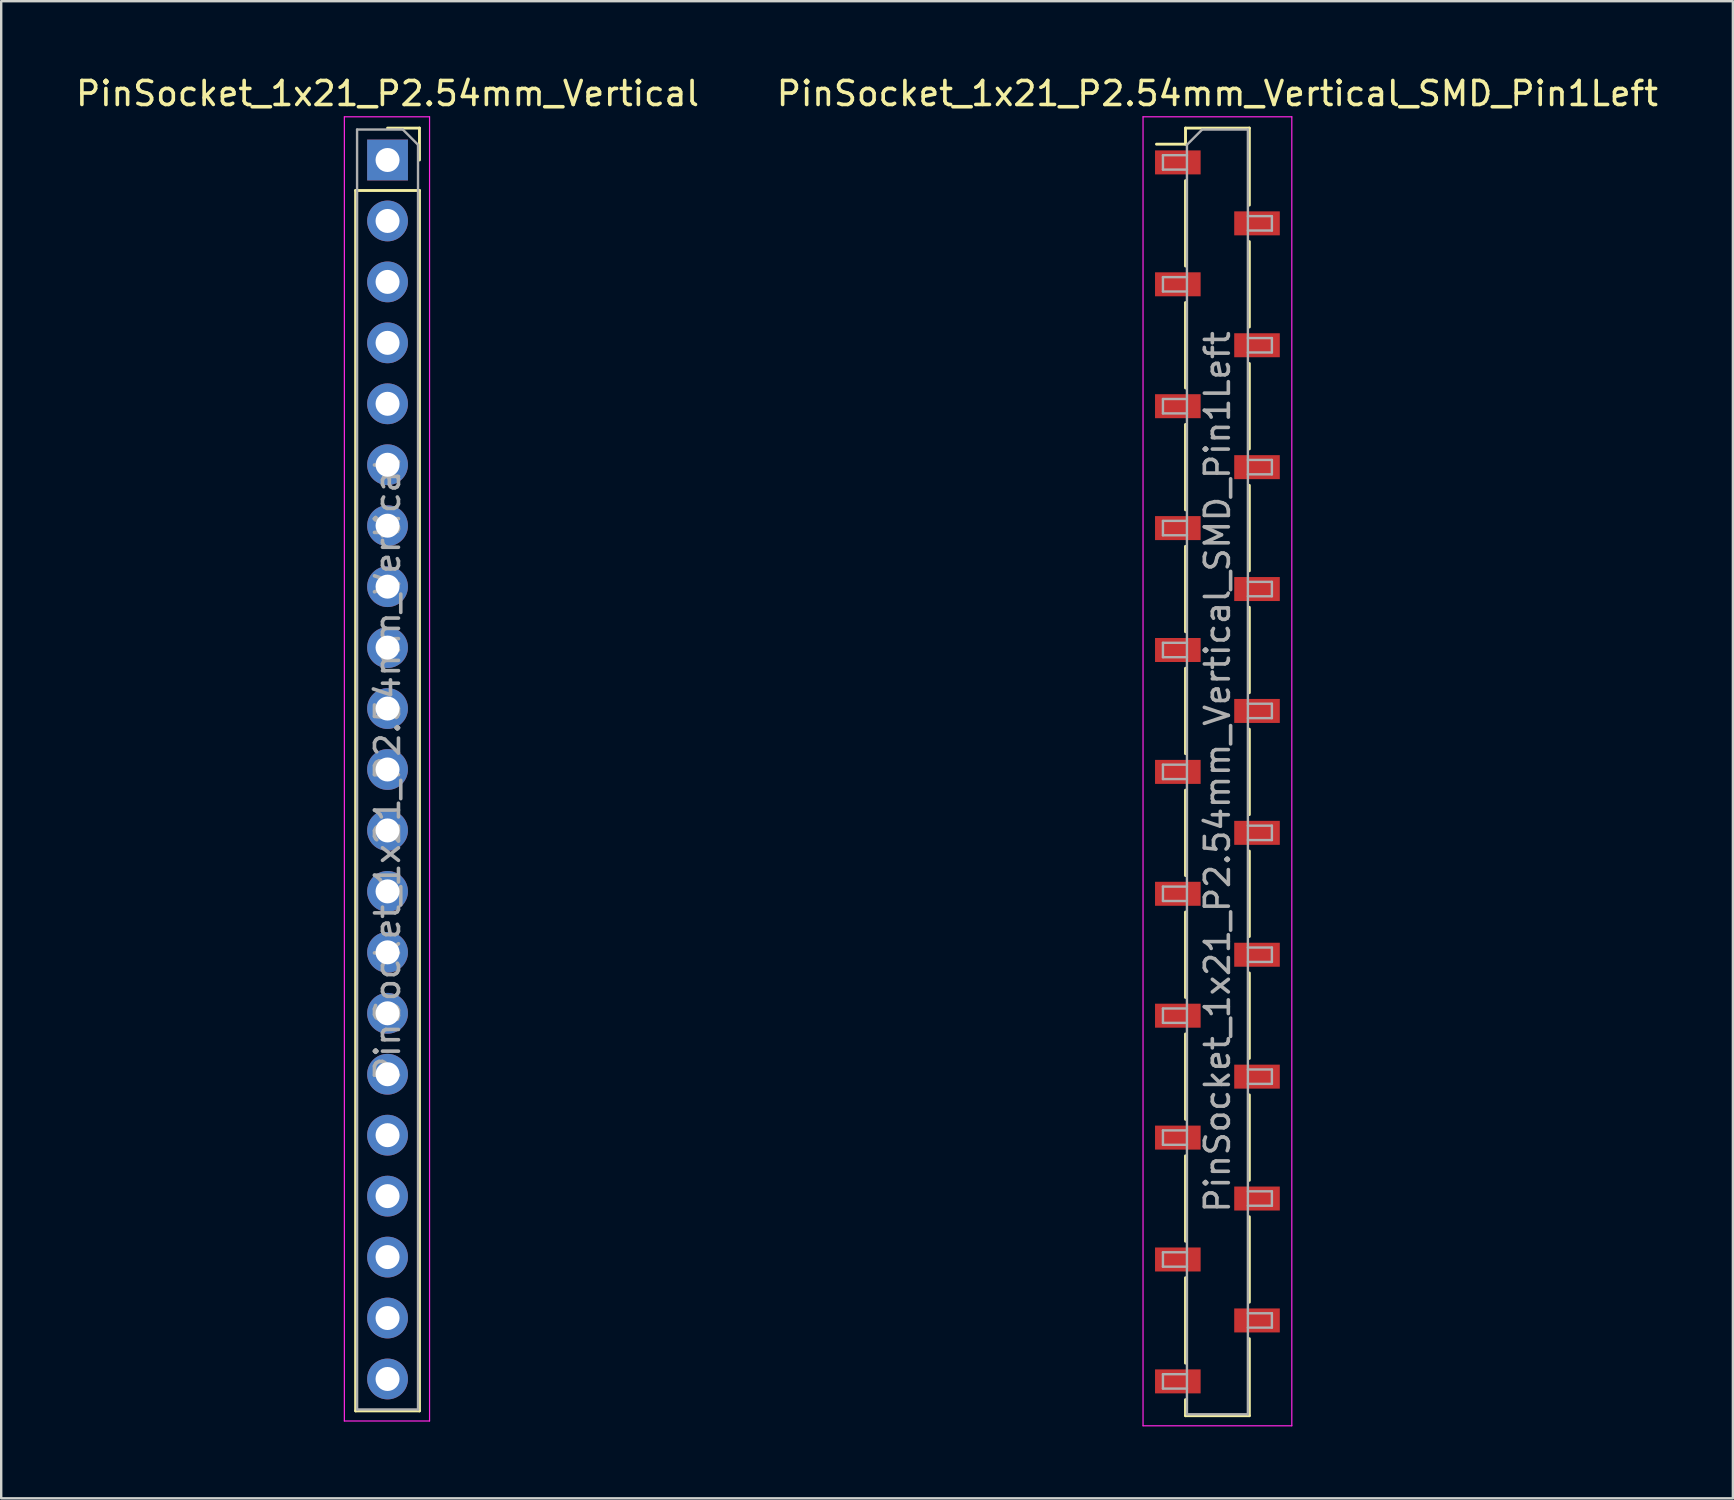
<source format=kicad_pcb>
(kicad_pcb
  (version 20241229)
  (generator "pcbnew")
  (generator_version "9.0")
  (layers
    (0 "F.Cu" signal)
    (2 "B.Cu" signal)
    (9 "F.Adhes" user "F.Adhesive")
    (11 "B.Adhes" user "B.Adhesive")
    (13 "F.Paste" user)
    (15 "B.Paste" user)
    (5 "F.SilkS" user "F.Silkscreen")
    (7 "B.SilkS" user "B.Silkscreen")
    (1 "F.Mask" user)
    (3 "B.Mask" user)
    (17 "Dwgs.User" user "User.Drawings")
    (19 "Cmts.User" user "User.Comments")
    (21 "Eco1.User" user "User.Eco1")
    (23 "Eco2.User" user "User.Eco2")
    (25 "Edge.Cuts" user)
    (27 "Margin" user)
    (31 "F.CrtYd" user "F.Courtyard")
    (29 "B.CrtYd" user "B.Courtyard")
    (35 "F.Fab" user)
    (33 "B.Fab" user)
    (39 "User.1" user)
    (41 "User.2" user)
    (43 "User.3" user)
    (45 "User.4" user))
  (footprint "PinSocket_1x21_P2.54mm_Vertical_SMD_Pin1Left"
    (layer "F.Cu")
    (at 47.685 29.118)
    (property "Reference" "PinSocket_1x21_P2.54mm_Vertical_SMD_Pin1Left" (at 0 -28.27 0) (layer "F.SilkS") (effects (font (size 1 1) (thickness 0.15))))
    (attr smd)
    (fp_line (start -2.54 -26.16) (end -1.33 -26.16) (stroke (width 0.12) (type solid)) (layer "F.SilkS"))
    (fp_line (start -1.33 -26.83) (end -1.33 -26.16) (stroke (width 0.12) (type solid)) (layer "F.SilkS"))
    (fp_line (start -1.33 -26.83) (end 1.33 -26.83) (stroke (width 0.12) (type solid)) (layer "F.SilkS"))
    (fp_line (start -1.33 -24.64) (end -1.33 -21.08) (stroke (width 0.12) (type solid)) (layer "F.SilkS"))
    (fp_line (start -1.33 -19.56) (end -1.33 -16) (stroke (width 0.12) (type solid)) (layer "F.SilkS"))
    (fp_line (start -1.33 -14.48) (end -1.33 -10.92) (stroke (width 0.12) (type solid)) (layer "F.SilkS"))
    (fp_line (start -1.33 -9.4) (end -1.33 -5.84) (stroke (width 0.12) (type solid)) (layer "F.SilkS"))
    (fp_line (start -1.33 -4.32) (end -1.33 -0.76) (stroke (width 0.12) (type solid)) (layer "F.SilkS"))
    (fp_line (start -1.33 0.76) (end -1.33 4.32) (stroke (width 0.12) (type solid)) (layer "F.SilkS"))
    (fp_line (start -1.33 5.84) (end -1.33 9.4) (stroke (width 0.12) (type solid)) (layer "F.SilkS"))
    (fp_line (start -1.33 10.92) (end -1.33 14.48) (stroke (width 0.12) (type solid)) (layer "F.SilkS"))
    (fp_line (start -1.33 16) (end -1.33 19.56) (stroke (width 0.12) (type solid)) (layer "F.SilkS"))
    (fp_line (start -1.33 21.08) (end -1.33 24.64) (stroke (width 0.12) (type solid)) (layer "F.SilkS"))
    (fp_line (start -1.33 26.16) (end -1.33 26.83) (stroke (width 0.12) (type solid)) (layer "F.SilkS"))
    (fp_line (start -1.33 26.83) (end 1.33 26.83) (stroke (width 0.12) (type solid)) (layer "F.SilkS"))
    (fp_line (start 1.33 -26.83) (end 1.33 -23.62) (stroke (width 0.12) (type solid)) (layer "F.SilkS"))
    (fp_line (start 1.33 -22.1) (end 1.33 -18.54) (stroke (width 0.12) (type solid)) (layer "F.SilkS"))
    (fp_line (start 1.33 -17.02) (end 1.33 -13.46) (stroke (width 0.12) (type solid)) (layer "F.SilkS"))
    (fp_line (start 1.33 -11.94) (end 1.33 -8.38) (stroke (width 0.12) (type solid)) (layer "F.SilkS"))
    (fp_line (start 1.33 -6.86) (end 1.33 -3.3) (stroke (width 0.12) (type solid)) (layer "F.SilkS"))
    (fp_line (start 1.33 -1.78) (end 1.33 1.78) (stroke (width 0.12) (type solid)) (layer "F.SilkS"))
    (fp_line (start 1.33 3.3) (end 1.33 6.86) (stroke (width 0.12) (type solid)) (layer "F.SilkS"))
    (fp_line (start 1.33 8.38) (end 1.33 11.94) (stroke (width 0.12) (type solid)) (layer "F.SilkS"))
    (fp_line (start 1.33 13.46) (end 1.33 17.02) (stroke (width 0.12) (type solid)) (layer "F.SilkS"))
    (fp_line (start 1.33 18.54) (end 1.33 22.1) (stroke (width 0.12) (type solid)) (layer "F.SilkS"))
    (fp_line (start 1.33 23.62) (end 1.33 26.83) (stroke (width 0.12) (type solid)) (layer "F.SilkS"))
    (fp_line (start -3.1 -27.3) (end 3.1 -27.3) (stroke (width 0.05) (type solid)) (layer "F.CrtYd"))
    (fp_line (start -3.1 27.25) (end -3.1 -27.3) (stroke (width 0.05) (type solid)) (layer "F.CrtYd"))
    (fp_line (start 3.1 -27.3) (end 3.1 27.25) (stroke (width 0.05) (type solid)) (layer "F.CrtYd"))
    (fp_line (start 3.1 27.25) (end -3.1 27.25) (stroke (width 0.05) (type solid)) (layer "F.CrtYd"))
    (fp_line (start -2.27 -25.7) (end -1.27 -25.7) (stroke (width 0.1) (type solid)) (layer "F.Fab"))
    (fp_line (start -2.27 -25.1) (end -2.27 -25.7) (stroke (width 0.1) (type solid)) (layer "F.Fab"))
    (fp_line (start -2.27 -20.62) (end -1.27 -20.62) (stroke (width 0.1) (type solid)) (layer "F.Fab"))
    (fp_line (start -2.27 -20.02) (end -2.27 -20.62) (stroke (width 0.1) (type solid)) (layer "F.Fab"))
    (fp_line (start -2.27 -15.54) (end -1.27 -15.54) (stroke (width 0.1) (type solid)) (layer "F.Fab"))
    (fp_line (start -2.27 -14.94) (end -2.27 -15.54) (stroke (width 0.1) (type solid)) (layer "F.Fab"))
    (fp_line (start -2.27 -10.46) (end -1.27 -10.46) (stroke (width 0.1) (type solid)) (layer "F.Fab"))
    (fp_line (start -2.27 -9.86) (end -2.27 -10.46) (stroke (width 0.1) (type solid)) (layer "F.Fab"))
    (fp_line (start -2.27 -5.38) (end -1.27 -5.38) (stroke (width 0.1) (type solid)) (layer "F.Fab"))
    (fp_line (start -2.27 -4.78) (end -2.27 -5.38) (stroke (width 0.1) (type solid)) (layer "F.Fab"))
    (fp_line (start -2.27 -0.3) (end -1.27 -0.3) (stroke (width 0.1) (type solid)) (layer "F.Fab"))
    (fp_line (start -2.27 0.3) (end -2.27 -0.3) (stroke (width 0.1) (type solid)) (layer "F.Fab"))
    (fp_line (start -2.27 4.78) (end -1.27 4.78) (stroke (width 0.1) (type solid)) (layer "F.Fab"))
    (fp_line (start -2.27 5.38) (end -2.27 4.78) (stroke (width 0.1) (type solid)) (layer "F.Fab"))
    (fp_line (start -2.27 9.86) (end -1.27 9.86) (stroke (width 0.1) (type solid)) (layer "F.Fab"))
    (fp_line (start -2.27 10.46) (end -2.27 9.86) (stroke (width 0.1) (type solid)) (layer "F.Fab"))
    (fp_line (start -2.27 14.94) (end -1.27 14.94) (stroke (width 0.1) (type solid)) (layer "F.Fab"))
    (fp_line (start -2.27 15.54) (end -2.27 14.94) (stroke (width 0.1) (type solid)) (layer "F.Fab"))
    (fp_line (start -2.27 20.02) (end -1.27 20.02) (stroke (width 0.1) (type solid)) (layer "F.Fab"))
    (fp_line (start -2.27 20.62) (end -2.27 20.02) (stroke (width 0.1) (type solid)) (layer "F.Fab"))
    (fp_line (start -2.27 25.1) (end -1.27 25.1) (stroke (width 0.1) (type solid)) (layer "F.Fab"))
    (fp_line (start -2.27 25.7) (end -2.27 25.1) (stroke (width 0.1) (type solid)) (layer "F.Fab"))
    (fp_line (start -1.27 -26.135) (end -0.635 -26.77) (stroke (width 0.1) (type solid)) (layer "F.Fab"))
    (fp_line (start -1.27 -25.1) (end -2.27 -25.1) (stroke (width 0.1) (type solid)) (layer "F.Fab"))
    (fp_line (start -1.27 -20.02) (end -2.27 -20.02) (stroke (width 0.1) (type solid)) (layer "F.Fab"))
    (fp_line (start -1.27 -14.94) (end -2.27 -14.94) (stroke (width 0.1) (type solid)) (layer "F.Fab"))
    (fp_line (start -1.27 -9.86) (end -2.27 -9.86) (stroke (width 0.1) (type solid)) (layer "F.Fab"))
    (fp_line (start -1.27 -4.78) (end -2.27 -4.78) (stroke (width 0.1) (type solid)) (layer "F.Fab"))
    (fp_line (start -1.27 0.3) (end -2.27 0.3) (stroke (width 0.1) (type solid)) (layer "F.Fab"))
    (fp_line (start -1.27 5.38) (end -2.27 5.38) (stroke (width 0.1) (type solid)) (layer "F.Fab"))
    (fp_line (start -1.27 10.46) (end -2.27 10.46) (stroke (width 0.1) (type solid)) (layer "F.Fab"))
    (fp_line (start -1.27 15.54) (end -2.27 15.54) (stroke (width 0.1) (type solid)) (layer "F.Fab"))
    (fp_line (start -1.27 20.62) (end -2.27 20.62) (stroke (width 0.1) (type solid)) (layer "F.Fab"))
    (fp_line (start -1.27 25.7) (end -2.27 25.7) (stroke (width 0.1) (type solid)) (layer "F.Fab"))
    (fp_line (start -1.27 26.77) (end -1.27 -26.135) (stroke (width 0.1) (type solid)) (layer "F.Fab"))
    (fp_line (start -0.635 -26.77) (end 1.27 -26.77) (stroke (width 0.1) (type solid)) (layer "F.Fab"))
    (fp_line (start 1.27 -26.77) (end 1.27 26.77) (stroke (width 0.1) (type solid)) (layer "F.Fab"))
    (fp_line (start 1.27 -23.16) (end 2.27 -23.16) (stroke (width 0.1) (type solid)) (layer "F.Fab"))
    (fp_line (start 1.27 -18.08) (end 2.27 -18.08) (stroke (width 0.1) (type solid)) (layer "F.Fab"))
    (fp_line (start 1.27 -13) (end 2.27 -13) (stroke (width 0.1) (type solid)) (layer "F.Fab"))
    (fp_line (start 1.27 -7.92) (end 2.27 -7.92) (stroke (width 0.1) (type solid)) (layer "F.Fab"))
    (fp_line (start 1.27 -2.84) (end 2.27 -2.84) (stroke (width 0.1) (type solid)) (layer "F.Fab"))
    (fp_line (start 1.27 2.24) (end 2.27 2.24) (stroke (width 0.1) (type solid)) (layer "F.Fab"))
    (fp_line (start 1.27 7.32) (end 2.27 7.32) (stroke (width 0.1) (type solid)) (layer "F.Fab"))
    (fp_line (start 1.27 12.4) (end 2.27 12.4) (stroke (width 0.1) (type solid)) (layer "F.Fab"))
    (fp_line (start 1.27 17.48) (end 2.27 17.48) (stroke (width 0.1) (type solid)) (layer "F.Fab"))
    (fp_line (start 1.27 22.56) (end 2.27 22.56) (stroke (width 0.1) (type solid)) (layer "F.Fab"))
    (fp_line (start 1.27 26.77) (end -1.27 26.77) (stroke (width 0.1) (type solid)) (layer "F.Fab"))
    (fp_line (start 2.27 -23.16) (end 2.27 -22.56) (stroke (width 0.1) (type solid)) (layer "F.Fab"))
    (fp_line (start 2.27 -22.56) (end 1.27 -22.56) (stroke (width 0.1) (type solid)) (layer "F.Fab"))
    (fp_line (start 2.27 -18.08) (end 2.27 -17.48) (stroke (width 0.1) (type solid)) (layer "F.Fab"))
    (fp_line (start 2.27 -17.48) (end 1.27 -17.48) (stroke (width 0.1) (type solid)) (layer "F.Fab"))
    (fp_line (start 2.27 -13) (end 2.27 -12.4) (stroke (width 0.1) (type solid)) (layer "F.Fab"))
    (fp_line (start 2.27 -12.4) (end 1.27 -12.4) (stroke (width 0.1) (type solid)) (layer "F.Fab"))
    (fp_line (start 2.27 -7.92) (end 2.27 -7.32) (stroke (width 0.1) (type solid)) (layer "F.Fab"))
    (fp_line (start 2.27 -7.32) (end 1.27 -7.32) (stroke (width 0.1) (type solid)) (layer "F.Fab"))
    (fp_line (start 2.27 -2.84) (end 2.27 -2.24) (stroke (width 0.1) (type solid)) (layer "F.Fab"))
    (fp_line (start 2.27 -2.24) (end 1.27 -2.24) (stroke (width 0.1) (type solid)) (layer "F.Fab"))
    (fp_line (start 2.27 2.24) (end 2.27 2.84) (stroke (width 0.1) (type solid)) (layer "F.Fab"))
    (fp_line (start 2.27 2.84) (end 1.27 2.84) (stroke (width 0.1) (type solid)) (layer "F.Fab"))
    (fp_line (start 2.27 7.32) (end 2.27 7.92) (stroke (width 0.1) (type solid)) (layer "F.Fab"))
    (fp_line (start 2.27 7.92) (end 1.27 7.92) (stroke (width 0.1) (type solid)) (layer "F.Fab"))
    (fp_line (start 2.27 12.4) (end 2.27 13) (stroke (width 0.1) (type solid)) (layer "F.Fab"))
    (fp_line (start 2.27 13) (end 1.27 13) (stroke (width 0.1) (type solid)) (layer "F.Fab"))
    (fp_line (start 2.27 17.48) (end 2.27 18.08) (stroke (width 0.1) (type solid)) (layer "F.Fab"))
    (fp_line (start 2.27 18.08) (end 1.27 18.08) (stroke (width 0.1) (type solid)) (layer "F.Fab"))
    (fp_line (start 2.27 22.56) (end 2.27 23.16) (stroke (width 0.1) (type solid)) (layer "F.Fab"))
    (fp_line (start 2.27 23.16) (end 1.27 23.16) (stroke (width 0.1) (type solid)) (layer "F.Fab"))
    (fp_text user "${REFERENCE}" (at 0 0 90) (layer "F.Fab") (effects (font (size 1 1) (thickness 0.15))))
    (pad "1" smd rect (at -1.65 -25.4) (size 1.9 1) (layers "F.Cu" "F.Mask" "F.Paste"))
    (pad "2" smd rect (at 1.65 -22.86) (size 1.9 1) (layers "F.Cu" "F.Mask" "F.Paste"))
    (pad "3" smd rect (at -1.65 -20.32) (size 1.9 1) (layers "F.Cu" "F.Mask" "F.Paste"))
    (pad "4" smd rect (at 1.65 -17.78) (size 1.9 1) (layers "F.Cu" "F.Mask" "F.Paste"))
    (pad "5" smd rect (at -1.65 -15.24) (size 1.9 1) (layers "F.Cu" "F.Mask" "F.Paste"))
    (pad "6" smd rect (at 1.65 -12.7) (size 1.9 1) (layers "F.Cu" "F.Mask" "F.Paste"))
    (pad "7" smd rect (at -1.65 -10.16) (size 1.9 1) (layers "F.Cu" "F.Mask" "F.Paste"))
    (pad "8" smd rect (at 1.65 -7.62) (size 1.9 1) (layers "F.Cu" "F.Mask" "F.Paste"))
    (pad "9" smd rect (at -1.65 -5.08) (size 1.9 1) (layers "F.Cu" "F.Mask" "F.Paste"))
    (pad "10" smd rect (at 1.65 -2.54) (size 1.9 1) (layers "F.Cu" "F.Mask" "F.Paste"))
    (pad "11" smd rect (at -1.65 0) (size 1.9 1) (layers "F.Cu" "F.Mask" "F.Paste"))
    (pad "12" smd rect (at 1.65 2.54) (size 1.9 1) (layers "F.Cu" "F.Mask" "F.Paste"))
    (pad "13" smd rect (at -1.65 5.08) (size 1.9 1) (layers "F.Cu" "F.Mask" "F.Paste"))
    (pad "14" smd rect (at 1.65 7.62) (size 1.9 1) (layers "F.Cu" "F.Mask" "F.Paste"))
    (pad "15" smd rect (at -1.65 10.16) (size 1.9 1) (layers "F.Cu" "F.Mask" "F.Paste"))
    (pad "16" smd rect (at 1.65 12.7) (size 1.9 1) (layers "F.Cu" "F.Mask" "F.Paste"))
    (pad "17" smd rect (at -1.65 15.24) (size 1.9 1) (layers "F.Cu" "F.Mask" "F.Paste"))
    (pad "18" smd rect (at 1.65 17.78) (size 1.9 1) (layers "F.Cu" "F.Mask" "F.Paste"))
    (pad "19" smd rect (at -1.65 20.32) (size 1.9 1) (layers "F.Cu" "F.Mask" "F.Paste"))
    (pad "20" smd rect (at 1.65 22.86) (size 1.9 1) (layers "F.Cu" "F.Mask" "F.Paste"))
    (pad "21" smd rect (at -1.65 25.4) (size 1.9 1) (layers "F.Cu" "F.Mask" "F.Paste")))
  (footprint "PinSocket_1x21_P2.54mm_Vertical"
    (layer "F.Cu")
    (at 13.101 3.618)
    (property "Reference" "PinSocket_1x21_P2.54mm_Vertical" (at 0 -2.77 0) (layer "F.SilkS") (effects (font (size 1 1) (thickness 0.15))))
    (attr through_hole)
    (fp_line (start -1.33 1.27) (end -1.33 52.13) (stroke (width 0.12) (type solid)) (layer "F.SilkS"))
    (fp_line (start -1.33 1.27) (end 1.33 1.27) (stroke (width 0.12) (type solid)) (layer "F.SilkS"))
    (fp_line (start -1.33 52.13) (end 1.33 52.13) (stroke (width 0.12) (type solid)) (layer "F.SilkS"))
    (fp_line (start 0 -1.33) (end 1.33 -1.33) (stroke (width 0.12) (type solid)) (layer "F.SilkS"))
    (fp_line (start 1.33 -1.33) (end 1.33 0) (stroke (width 0.12) (type solid)) (layer "F.SilkS"))
    (fp_line (start 1.33 1.27) (end 1.33 52.13) (stroke (width 0.12) (type solid)) (layer "F.SilkS"))
    (fp_line (start -1.8 -1.8) (end 1.75 -1.8) (stroke (width 0.05) (type solid)) (layer "F.CrtYd"))
    (fp_line (start -1.8 52.55) (end -1.8 -1.8) (stroke (width 0.05) (type solid)) (layer "F.CrtYd"))
    (fp_line (start 1.75 -1.8) (end 1.75 52.55) (stroke (width 0.05) (type solid)) (layer "F.CrtYd"))
    (fp_line (start 1.75 52.55) (end -1.8 52.55) (stroke (width 0.05) (type solid)) (layer "F.CrtYd"))
    (fp_line (start -1.27 -1.27) (end 0.635 -1.27) (stroke (width 0.1) (type solid)) (layer "F.Fab"))
    (fp_line (start -1.27 52.07) (end -1.27 -1.27) (stroke (width 0.1) (type solid)) (layer "F.Fab"))
    (fp_line (start 0.635 -1.27) (end 1.27 -0.635) (stroke (width 0.1) (type solid)) (layer "F.Fab"))
    (fp_line (start 1.27 -0.635) (end 1.27 52.07) (stroke (width 0.1) (type solid)) (layer "F.Fab"))
    (fp_line (start 1.27 52.07) (end -1.27 52.07) (stroke (width 0.1) (type solid)) (layer "F.Fab"))
    (fp_text user "${REFERENCE}" (at 0 25.4 90) (layer "F.Fab") (effects (font (size 1 1) (thickness 0.15))))
    (pad "1" thru_hole rect (at 0 0) (size 1.7 1.7) (drill 1) (layers "*.Cu" "*.Mask"))
    (pad "2" thru_hole circle (at 0 2.54) (size 1.7 1.7) (drill 1) (layers "*.Cu" "*.Mask"))
    (pad "3" thru_hole circle (at 0 5.08) (size 1.7 1.7) (drill 1) (layers "*.Cu" "*.Mask"))
    (pad "4" thru_hole circle (at 0 7.62) (size 1.7 1.7) (drill 1) (layers "*.Cu" "*.Mask"))
    (pad "5" thru_hole circle (at 0 10.16) (size 1.7 1.7) (drill 1) (layers "*.Cu" "*.Mask"))
    (pad "6" thru_hole circle (at 0 12.7) (size 1.7 1.7) (drill 1) (layers "*.Cu" "*.Mask"))
    (pad "7" thru_hole circle (at 0 15.24) (size 1.7 1.7) (drill 1) (layers "*.Cu" "*.Mask"))
    (pad "8" thru_hole circle (at 0 17.78) (size 1.7 1.7) (drill 1) (layers "*.Cu" "*.Mask"))
    (pad "9" thru_hole circle (at 0 20.32) (size 1.7 1.7) (drill 1) (layers "*.Cu" "*.Mask"))
    (pad "10" thru_hole circle (at 0 22.86) (size 1.7 1.7) (drill 1) (layers "*.Cu" "*.Mask"))
    (pad "11" thru_hole circle (at 0 25.4) (size 1.7 1.7) (drill 1) (layers "*.Cu" "*.Mask"))
    (pad "12" thru_hole circle (at 0 27.94) (size 1.7 1.7) (drill 1) (layers "*.Cu" "*.Mask"))
    (pad "13" thru_hole circle (at 0 30.48) (size 1.7 1.7) (drill 1) (layers "*.Cu" "*.Mask"))
    (pad "14" thru_hole circle (at 0 33.02) (size 1.7 1.7) (drill 1) (layers "*.Cu" "*.Mask"))
    (pad "15" thru_hole circle (at 0 35.56) (size 1.7 1.7) (drill 1) (layers "*.Cu" "*.Mask"))
    (pad "16" thru_hole circle (at 0 38.1) (size 1.7 1.7) (drill 1) (layers "*.Cu" "*.Mask"))
    (pad "17" thru_hole circle (at 0 40.64) (size 1.7 1.7) (drill 1) (layers "*.Cu" "*.Mask"))
    (pad "18" thru_hole circle (at 0 43.18) (size 1.7 1.7) (drill 1) (layers "*.Cu" "*.Mask"))
    (pad "19" thru_hole circle (at 0 45.72) (size 1.7 1.7) (drill 1) (layers "*.Cu" "*.Mask"))
    (pad "20" thru_hole circle (at 0 48.26) (size 1.7 1.7) (drill 1) (layers "*.Cu" "*.Mask"))
    (pad "21" thru_hole circle (at 0 50.8) (size 1.7 1.7) (drill 1) (layers "*.Cu" "*.Mask")))
  (gr_rect
    (start -3 -3)
    (end 69.167 59.393)
    (stroke (width 0.1) (type default))
    (fill no)
    (layer "Edge.Cuts")))
</source>
